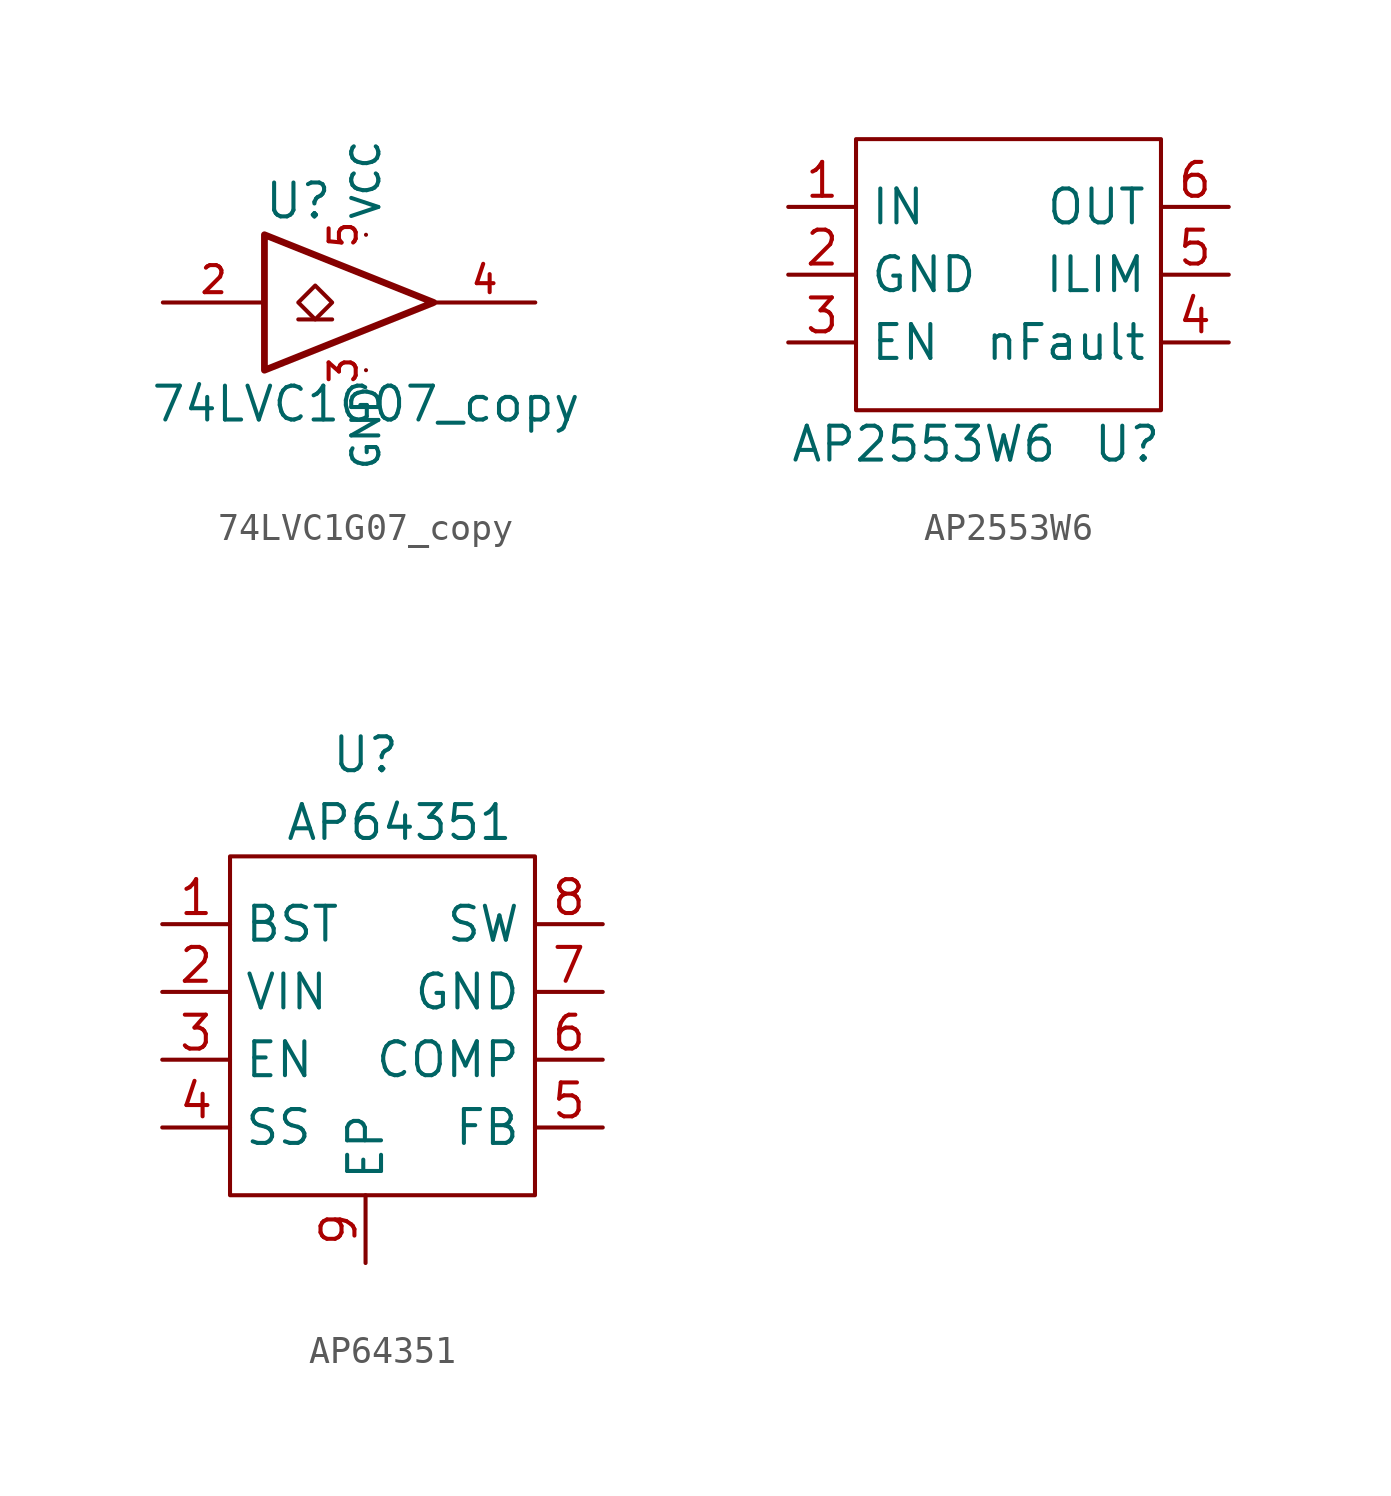
<source format=kicad_sym>
(kicad_symbol_lib
  (version 20231120)
  (generator "kicad_symbol_editor")
  (generator_version "8.0")
  (symbol "74LVC1G07_copy"
    (property "Reference" "U"
      (at -2.54 3.81 0)
      (effects (font (size 1.27 1.27))))
    (property "Value" "74LVC1G07_copy"
      (at 0 -3.81 0)
      (effects (font (size 1.27 1.27))))
    (symbol "74LVC1G07_copy_0_1"
      (polyline (pts (xy -2.54 -0.635) (xy -1.27 -0.635)) (stroke (width 0) (type default)) (fill (type none)))
      (polyline (pts (xy -3.81 2.54) (xy -3.81 -2.54) (xy 2.54 0) (xy -3.81 2.54)) (stroke (width 0.254) (type default)) (fill (type none)))
      (polyline (pts (xy -1.905 0.635) (xy -2.54 0) (xy -1.905 -0.635) (xy -1.27 0) (xy -1.905 0.635)) (stroke (width 0) (type default)) (fill (type none))))
    (symbol "74LVC1G07_copy_1_1"
      (pin input line (at -7.62 0 0) (length 3.81) (name "~" (effects (font (size 1.016 1.016)))) (number "2" (effects (font (size 1.016 1.016)))))
      (pin power_in line (at 0 -2.54 270) (length 0) (name "GND" (effects (font (size 1.016 1.016)))) (number "3" (effects (font (size 1.016 1.016)))))
      (pin open_collector line (at 6.35 0 180) (length 3.81) (name "~" (effects (font (size 1.016 1.016)))) (number "4" (effects (font (size 1.016 1.016)))))
      (pin power_in line (at 0 2.54 90) (length 0) (name "VCC" (effects (font (size 1.016 1.016)))) (number "5" (effects (font (size 1.016 1.016)))))))
  (symbol "AP2553W6"
    (property "Reference" "U"
      (at 3.81 -6.35 0)
      (effects (font (size 1.27 1.27))))
    (property "Value" "AP2553W6"
      (at -3.81 -6.35 0)
      (effects (font (size 1.27 1.27))))
    (symbol "AP2553W6_0_0"
      (pin power_in line (at -8.89 2.54 0) (length 2.54) (name "IN" (effects (font (size 1.27 1.27)))) (number "1" (effects (font (size 1.27 1.27)))))
      (pin power_out line (at -8.89 0 0) (length 2.54) (name "GND" (effects (font (size 1.27 1.27)))) (number "2" (effects (font (size 1.27 1.27)))))
      (pin input line (at -8.89 -2.54 0) (length 2.54) (name "EN" (effects (font (size 1.27 1.27)))) (number "3" (effects (font (size 1.27 1.27)))))
      (pin open_collector line (at 7.62 -2.54 180) (length 2.54) (name "nFault" (effects (font (size 1.27 1.27)))) (number "4" (effects (font (size 1.27 1.27)))))
      (pin passive line (at 7.62 0 180) (length 2.54) (name "ILIM" (effects (font (size 1.27 1.27)))) (number "5" (effects (font (size 1.27 1.27)))))
      (pin power_out line (at 7.62 2.54 180) (length 2.54) (name "OUT" (effects (font (size 1.27 1.27)))) (number "6" (effects (font (size 1.27 1.27))))))
    (symbol "AP2553W6_0_1"
      (rectangle (start -6.35 5.08) (end 5.08 -5.08) (stroke (width 0) (type default)) (fill (type none)))))
  (symbol "AP64351"
    (property "Reference" "U"
      (at 0 8.89 0)
      (effects (font (size 1.27 1.27))))
    (property "Value" "AP64351"
      (at 1.27 6.35 0)
      (effects (font (size 1.27 1.27))))
    (symbol "AP64351_0_1"
      (rectangle (start -5.08 5.08) (end 6.35 -7.62) (stroke (width 0) (type default)) (fill (type none))))
    (symbol "AP64351_1_1"
      (pin passive line (at -7.62 2.54 0) (length 2.54) (name "BST" (effects (font (size 1.27 1.27)))) (number "1" (effects (font (size 1.27 1.27)))))
      (pin power_in line (at -7.62 0 0) (length 2.54) (name "VIN" (effects (font (size 1.27 1.27)))) (number "2" (effects (font (size 1.27 1.27)))))
      (pin input line (at -7.62 -2.54 0) (length 2.54) (name "EN" (effects (font (size 1.27 1.27)))) (number "3" (effects (font (size 1.27 1.27)))))
      (pin input line (at -7.62 -5.08 0) (length 2.54) (name "SS" (effects (font (size 1.27 1.27)))) (number "4" (effects (font (size 1.27 1.27)))))
      (pin input line (at 8.89 -5.08 180) (length 2.54) (name "FB" (effects (font (size 1.27 1.27)))) (number "5" (effects (font (size 1.27 1.27)))))
      (pin input line (at 8.89 -2.54 180) (length 2.54) (name "COMP" (effects (font (size 1.27 1.27)))) (number "6" (effects (font (size 1.27 1.27)))))
      (pin power_in line (at 8.89 0 180) (length 2.54) (name "GND" (effects (font (size 1.27 1.27)))) (number "7" (effects (font (size 1.27 1.27)))))
      (pin output line (at 8.89 2.54 180) (length 2.54) (name "SW" (effects (font (size 1.27 1.27)))) (number "8" (effects (font (size 1.27 1.27)))))
      (pin passive line (at 0 -10.16 90) (length 2.54) (name "EP" (effects (font (size 1.27 1.27)))) (number "9" (effects (font (size 1.27 1.27))))))))
</source>
